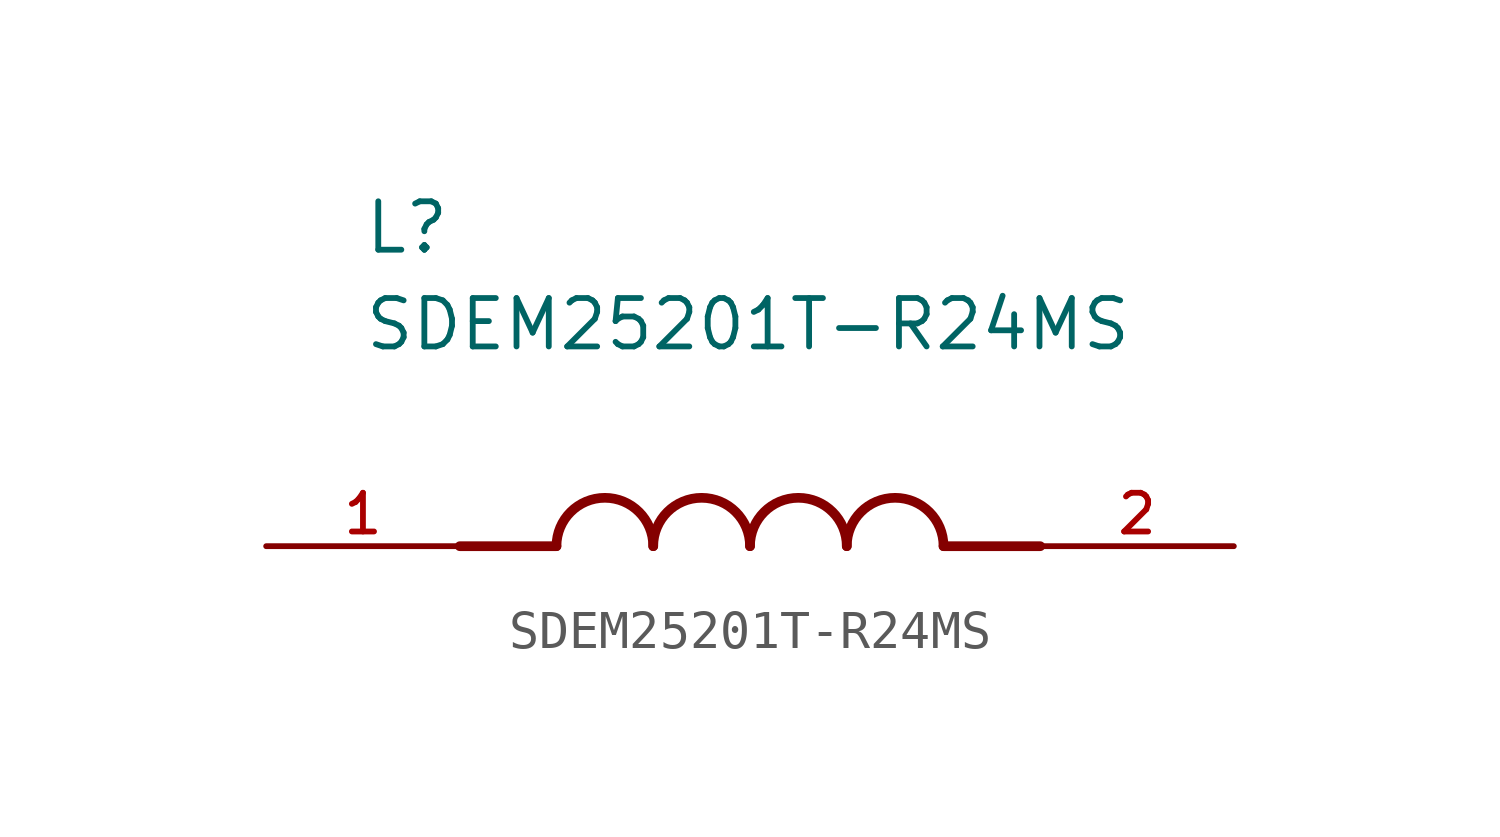
<source format=kicad_sym>
(kicad_symbol_lib
  (version 20211014)
  (generator kicad_symbol_editor)
  (symbol "SDEM25201T-R24MS"
    (pin_names
      (offset 1.016))
    (property "Reference" "L"
      (at -10.16 7.62 0)
      (effects (font (size 1.27 1.27)) (justify bottom left)))
    (property "Value" "SDEM25201T-R24MS"
      (at -10.16 5.08 0)
      (effects (font (size 1.27 1.27)) (justify bottom left)))
    (symbol "SDEM25201T-R24MS_0_0"
      (polyline (pts (xy -5.08 0.0) (xy -7.62 0.0)) (stroke (width 0.254)))
      (polyline (pts (xy 5.08 0.0) (xy 7.62 0.0)) (stroke (width 0.254)))
      (arc (start -2.54 0.0) (mid -3.81 1.27) (end -5.08 0.0) (stroke (width 0.254) (type default) (color 0 0 0 0)) (fill (type none)))
      (arc (start 0.0 0.0) (mid -1.27 1.27) (end -2.54 0.0) (stroke (width 0.254) (type default) (color 0 0 0 0)) (fill (type none)))
      (arc (start 2.54 0.0) (mid 1.27 1.27) (end 0.0 0.0) (stroke (width 0.254) (type default) (color 0 0 0 0)) (fill (type none)))
      (arc (start 5.08 0.0) (mid 3.81 1.27) (end 2.54 0.0) (stroke (width 0.254) (type default) (color 0 0 0 0)) (fill (type none)))
      (pin passive line (at -12.7 0.0 0) (length 5.08) (name "~" (effects (font (size 1.016 1.016)))) (number "1" (effects (font (size 1.016 1.016)))))
      (pin passive line (at 12.7 0.0 180.0) (length 5.08) (name "~" (effects (font (size 1.016 1.016)))) (number "2" (effects (font (size 1.016 1.016))))))))
</source>
